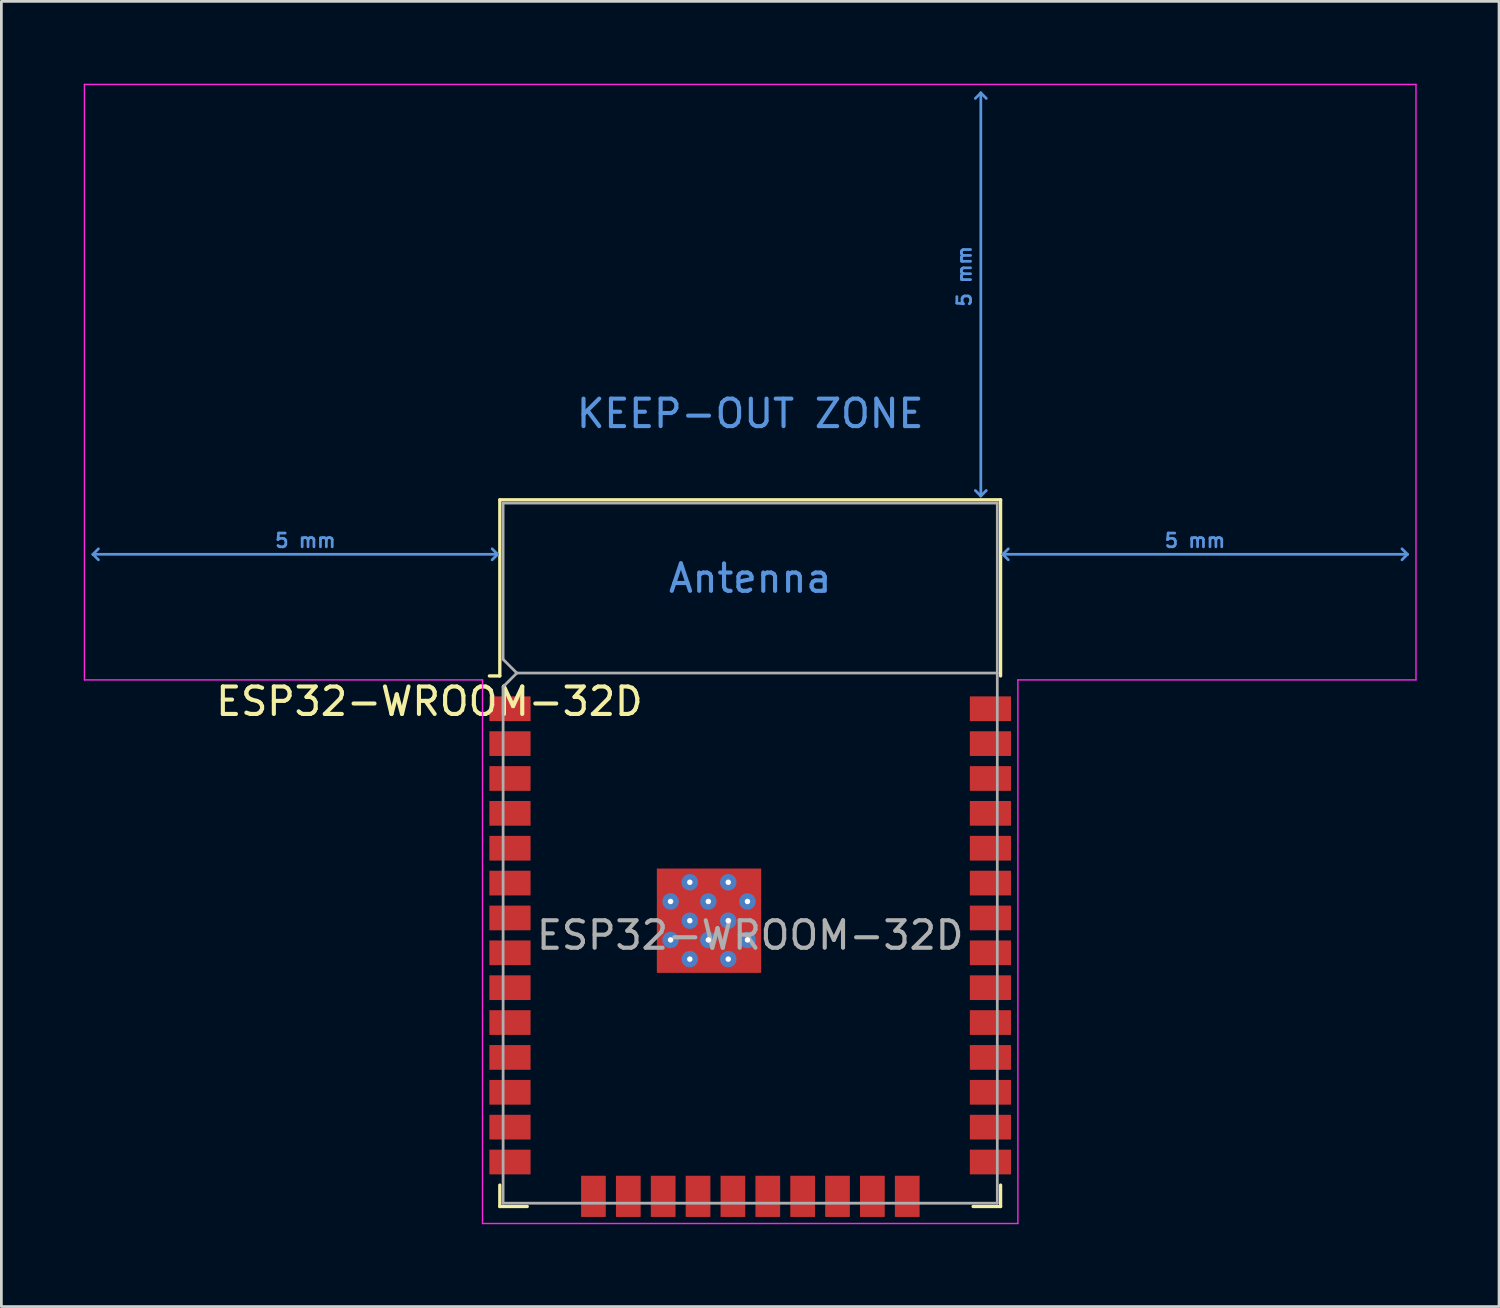
<source format=kicad_pcb>
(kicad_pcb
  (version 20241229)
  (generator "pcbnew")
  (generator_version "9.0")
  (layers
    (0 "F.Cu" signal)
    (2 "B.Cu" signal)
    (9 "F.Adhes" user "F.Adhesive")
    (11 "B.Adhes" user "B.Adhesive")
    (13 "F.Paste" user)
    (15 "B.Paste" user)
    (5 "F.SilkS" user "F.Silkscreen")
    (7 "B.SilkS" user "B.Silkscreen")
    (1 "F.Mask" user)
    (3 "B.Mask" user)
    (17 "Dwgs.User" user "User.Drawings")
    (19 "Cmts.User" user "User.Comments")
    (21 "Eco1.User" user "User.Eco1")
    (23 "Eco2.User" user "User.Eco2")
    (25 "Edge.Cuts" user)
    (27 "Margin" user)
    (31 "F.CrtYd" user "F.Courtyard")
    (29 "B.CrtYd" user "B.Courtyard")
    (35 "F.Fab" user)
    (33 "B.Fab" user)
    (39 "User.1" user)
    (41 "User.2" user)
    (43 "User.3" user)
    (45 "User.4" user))
  (footprint "ESP32-WROOM-32D"
    (layer "F.Cu")
    (at 24.275 31.015)
    (property "Reference" "ESP32-WROOM-32D" (at -11.684 -8.515 0) (layer "F.SilkS") (effects (font (size 1 1) (thickness 0.15))))
    (attr smd)
    (fp_line (start -9.12 -15.86) (end -9.12 -9.445) (stroke (width 0.12) (type solid)) (layer "F.SilkS"))
    (fp_line (start -9.12 -15.86) (end 9.12 -15.86) (stroke (width 0.12) (type solid)) (layer "F.SilkS"))
    (fp_line (start -9.12 -9.445) (end -9.5 -9.445) (stroke (width 0.12) (type solid)) (layer "F.SilkS"))
    (fp_line (start -9.12 9.1) (end -9.12 9.88) (stroke (width 0.12) (type solid)) (layer "F.SilkS"))
    (fp_line (start -9.12 9.88) (end -8.12 9.88) (stroke (width 0.12) (type solid)) (layer "F.SilkS"))
    (fp_line (start 9.12 -15.86) (end 9.12 -9.445) (stroke (width 0.12) (type solid)) (layer "F.SilkS"))
    (fp_line (start 9.12 9.1) (end 9.12 9.88) (stroke (width 0.12) (type solid)) (layer "F.SilkS"))
    (fp_line (start 9.12 9.88) (end 8.12 9.88) (stroke (width 0.12) (type solid)) (layer "F.SilkS"))
    (fp_line (start -23.94 -13.875) (end -23.74 -14.075) (stroke (width 0.1) (type solid)) (layer "Cmts.User"))
    (fp_line (start -23.94 -13.875) (end -23.74 -13.675) (stroke (width 0.1) (type solid)) (layer "Cmts.User"))
    (fp_line (start -23.94 -13.875) (end -9.2 -13.875) (stroke (width 0.1) (type solid)) (layer "Cmts.User"))
    (fp_line (start -9.2 -13.875) (end -9.4 -14.075) (stroke (width 0.1) (type solid)) (layer "Cmts.User"))
    (fp_line (start -9.2 -13.875) (end -9.4 -13.675) (stroke (width 0.1) (type solid)) (layer "Cmts.User"))
    (fp_line (start 8.4 -30.68) (end 8.2 -30.48) (stroke (width 0.1) (type solid)) (layer "Cmts.User"))
    (fp_line (start 8.4 -30.68) (end 8.6 -30.48) (stroke (width 0.1) (type solid)) (layer "Cmts.User"))
    (fp_line (start 8.4 -16) (end 8.2 -16.2) (stroke (width 0.1) (type solid)) (layer "Cmts.User"))
    (fp_line (start 8.4 -16) (end 8.4 -30.68) (stroke (width 0.1) (type solid)) (layer "Cmts.User"))
    (fp_line (start 8.4 -16) (end 8.6 -16.2) (stroke (width 0.1) (type solid)) (layer "Cmts.User"))
    (fp_line (start 9.2 -13.875) (end 9.4 -14.075) (stroke (width 0.1) (type solid)) (layer "Cmts.User"))
    (fp_line (start 9.2 -13.875) (end 9.4 -13.675) (stroke (width 0.1) (type solid)) (layer "Cmts.User"))
    (fp_line (start 9.2 -13.875) (end 23.94 -13.875) (stroke (width 0.1) (type solid)) (layer "Cmts.User"))
    (fp_line (start 23.94 -13.875) (end 23.74 -14.075) (stroke (width 0.1) (type solid)) (layer "Cmts.User"))
    (fp_line (start 23.94 -13.875) (end 23.74 -13.675) (stroke (width 0.1) (type solid)) (layer "Cmts.User"))
    (fp_line (start -24.25 -30.99) (end -24.25 -9.3) (stroke (width 0.05) (type solid)) (layer "F.CrtYd"))
    (fp_line (start -24.25 -30.99) (end 24.25 -30.99) (stroke (width 0.05) (type solid)) (layer "F.CrtYd"))
    (fp_line (start -24.25 -9.3) (end -9.75 -9.3) (stroke (width 0.05) (type solid)) (layer "F.CrtYd"))
    (fp_line (start -9.75 10.5) (end -9.75 -9.3) (stroke (width 0.05) (type solid)) (layer "F.CrtYd"))
    (fp_line (start -9.75 10.5) (end 9.75 10.5) (stroke (width 0.05) (type solid)) (layer "F.CrtYd"))
    (fp_line (start 9.75 -9.3) (end 9.75 10.5) (stroke (width 0.05) (type solid)) (layer "F.CrtYd"))
    (fp_line (start 9.75 -9.3) (end 24.25 -9.3) (stroke (width 0.05) (type solid)) (layer "F.CrtYd"))
    (fp_line (start 24.25 -30.99) (end 24.25 -9.3) (stroke (width 0.05) (type solid)) (layer "F.CrtYd"))
    (fp_line (start -9 -15.74) (end -9 -10.05) (stroke (width 0.1) (type solid)) (layer "F.Fab"))
    (fp_line (start -9 -15.74) (end 9 -15.74) (stroke (width 0.1) (type solid)) (layer "F.Fab"))
    (fp_line (start -9 -9.05) (end -9 9.76) (stroke (width 0.1) (type solid)) (layer "F.Fab"))
    (fp_line (start -9 -9.05) (end -8.5 -9.55) (stroke (width 0.1) (type solid)) (layer "F.Fab"))
    (fp_line (start -9 9.76) (end 9 9.76) (stroke (width 0.1) (type solid)) (layer "F.Fab"))
    (fp_line (start -8.5 -9.55) (end -9 -10.05) (stroke (width 0.1) (type solid)) (layer "F.Fab"))
    (fp_line (start -8.5 -9.55) (end 9 -9.55) (stroke (width 0.1) (type solid)) (layer "F.Fab"))
    (fp_line (start 9 9.76) (end 9 -15.74) (stroke (width 0.1) (type solid)) (layer "F.Fab"))
    (fp_text user "Antenna" (at 0 -13 0) (layer "Cmts.User") (effects (font (size 1 1) (thickness 0.15))))
    (fp_text user "5 mm" (at -16.2 -14.375 0) (layer "Cmts.User") (effects (font (size 0.5 0.5) (thickness 0.1))))
    (fp_text user "KEEP-OUT ZONE" (at 0 -19 0) (layer "Cmts.User") (effects (font (size 1 1) (thickness 0.15))))
    (fp_text user "5 mm" (at 7.8 -24 90) (layer "Cmts.User") (effects (font (size 0.5 0.5) (thickness 0.1))))
    (fp_text user "5 mm" (at 16.2 -14.375 0) (layer "Cmts.User") (effects (font (size 0.5 0.5) (thickness 0.1))))
    (fp_text user "${REFERENCE}" (at 0 0 0) (layer "F.Fab") (effects (font (size 1 1) (thickness 0.15))))
    (pad "1" smd rect (at -8.75 -8.25) (size 1.5 0.9) (layers "F.Cu" "F.Mask" "F.Paste"))
    (pad "2" smd rect (at -8.75 -6.98) (size 1.5 0.9) (layers "F.Cu" "F.Mask" "F.Paste"))
    (pad "3" smd rect (at -8.75 -5.71) (size 1.5 0.9) (layers "F.Cu" "F.Mask" "F.Paste"))
    (pad "4" smd rect (at -8.75 -4.44) (size 1.5 0.9) (layers "F.Cu" "F.Mask" "F.Paste"))
    (pad "5" smd rect (at -8.75 -3.17) (size 1.5 0.9) (layers "F.Cu" "F.Mask" "F.Paste"))
    (pad "6" smd rect (at -8.75 -1.9) (size 1.5 0.9) (layers "F.Cu" "F.Mask" "F.Paste"))
    (pad "7" smd rect (at -8.75 -0.63) (size 1.5 0.9) (layers "F.Cu" "F.Mask" "F.Paste"))
    (pad "8" smd rect (at -8.75 0.64) (size 1.5 0.9) (layers "F.Cu" "F.Mask" "F.Paste"))
    (pad "9" smd rect (at -8.75 1.91) (size 1.5 0.9) (layers "F.Cu" "F.Mask" "F.Paste"))
    (pad "10" smd rect (at -8.75 3.18) (size 1.5 0.9) (layers "F.Cu" "F.Mask" "F.Paste"))
    (pad "11" smd rect (at -8.75 4.45) (size 1.5 0.9) (layers "F.Cu" "F.Mask" "F.Paste"))
    (pad "12" smd rect (at -8.75 5.72) (size 1.5 0.9) (layers "F.Cu" "F.Mask" "F.Paste"))
    (pad "13" smd rect (at -8.75 6.99) (size 1.5 0.9) (layers "F.Cu" "F.Mask" "F.Paste"))
    (pad "14" smd rect (at -8.75 8.26) (size 1.5 0.9) (layers "F.Cu" "F.Mask" "F.Paste"))
    (pad "15" smd rect (at -5.71 9.51 90) (size 1.5 0.9) (layers "F.Cu" "F.Mask" "F.Paste"))
    (pad "16" smd rect (at -4.44 9.51 90) (size 1.5 0.9) (layers "F.Cu" "F.Mask" "F.Paste"))
    (pad "17" smd rect (at -3.17 9.51 90) (size 1.5 0.9) (layers "F.Cu" "F.Mask" "F.Paste"))
    (pad "18" smd rect (at -1.9 9.51 90) (size 1.5 0.9) (layers "F.Cu" "F.Mask" "F.Paste"))
    (pad "19" smd rect (at -0.63 9.51 90) (size 1.5 0.9) (layers "F.Cu" "F.Mask" "F.Paste"))
    (pad "20" smd rect (at 0.64 9.51 90) (size 1.5 0.9) (layers "F.Cu" "F.Mask" "F.Paste"))
    (pad "21" smd rect (at 1.91 9.51 90) (size 1.5 0.9) (layers "F.Cu" "F.Mask" "F.Paste"))
    (pad "22" smd rect (at 3.18 9.51 90) (size 1.5 0.9) (layers "F.Cu" "F.Mask" "F.Paste"))
    (pad "23" smd rect (at 4.45 9.51 90) (size 1.5 0.9) (layers "F.Cu" "F.Mask" "F.Paste"))
    (pad "24" smd rect (at 5.72 9.51 90) (size 1.5 0.9) (layers "F.Cu" "F.Mask" "F.Paste"))
    (pad "25" smd rect (at 8.75 8.26) (size 1.5 0.9) (layers "F.Cu" "F.Mask" "F.Paste"))
    (pad "26" smd rect (at 8.75 6.99) (size 1.5 0.9) (layers "F.Cu" "F.Mask" "F.Paste"))
    (pad "27" smd rect (at 8.75 5.72) (size 1.5 0.9) (layers "F.Cu" "F.Mask" "F.Paste"))
    (pad "28" smd rect (at 8.75 4.45) (size 1.5 0.9) (layers "F.Cu" "F.Mask" "F.Paste"))
    (pad "29" smd rect (at 8.75 3.18) (size 1.5 0.9) (layers "F.Cu" "F.Mask" "F.Paste"))
    (pad "30" smd rect (at 8.75 1.91) (size 1.5 0.9) (layers "F.Cu" "F.Mask" "F.Paste"))
    (pad "31" smd rect (at 8.75 0.64) (size 1.5 0.9) (layers "F.Cu" "F.Mask" "F.Paste"))
    (pad "32" smd rect (at 8.75 -0.63) (size 1.5 0.9) (layers "F.Cu" "F.Mask" "F.Paste"))
    (pad "33" smd rect (at 8.75 -1.9) (size 1.5 0.9) (layers "F.Cu" "F.Mask" "F.Paste"))
    (pad "34" smd rect (at 8.75 -3.17) (size 1.5 0.9) (layers "F.Cu" "F.Mask" "F.Paste"))
    (pad "35" smd rect (at 8.75 -4.44) (size 1.5 0.9) (layers "F.Cu" "F.Mask" "F.Paste"))
    (pad "36" smd rect (at 8.75 -5.71) (size 1.5 0.9) (layers "F.Cu" "F.Mask" "F.Paste"))
    (pad "37" smd rect (at 8.75 -6.98) (size 1.5 0.9) (layers "F.Cu" "F.Mask" "F.Paste"))
    (pad "38" smd rect (at 8.75 -8.25) (size 1.5 0.9) (layers "F.Cu" "F.Mask" "F.Paste"))
    (pad "39" smd rect (at -2.9 -1.93) (size 0.9 0.9) (layers "F.Cu" "F.Paste"))
    (pad "39" thru_hole circle (at -2.9 -1.23) (size 0.6 0.6) (drill 0.2) (property pad_prop_heatsink) (layers "*.Cu" "F.Mask"))
    (pad "39" smd rect (at -2.9 -0.53) (size 0.9 0.9) (layers "F.Cu" "F.Paste"))
    (pad "39" thru_hole circle (at -2.9 0.17) (size 0.6 0.6) (drill 0.2) (property pad_prop_heatsink) (layers "*.Cu" "F.Mask"))
    (pad "39" smd rect (at -2.9 0.87) (size 0.9 0.9) (layers "F.Cu" "F.Paste"))
    (pad "39" thru_hole circle (at -2.2 -1.93) (size 0.6 0.6) (drill 0.2) (property pad_prop_heatsink) (layers "*.Cu" "F.Mask"))
    (pad "39" thru_hole circle (at -2.2 -0.53) (size 0.6 0.6) (drill 0.2) (property pad_prop_heatsink) (layers "*.Cu" "F.Mask"))
    (pad "39" thru_hole circle (at -2.2 0.87) (size 0.6 0.6) (drill 0.2) (property pad_prop_heatsink) (layers "*.Cu" "F.Mask"))
    (pad "39" thru_hole circle (at -1.525 -1.23) (size 0.6 0.6) (drill 0.2) (property pad_prop_heatsink) (layers "*.Cu" "F.Mask"))
    (pad "39" thru_hole circle (at -1.525 0.17) (size 0.6 0.6) (drill 0.2) (property pad_prop_heatsink) (layers "*.Cu" "F.Mask"))
    (pad "39" smd rect (at -1.5 -1.93) (size 0.9 0.9) (layers "F.Cu" "F.Paste"))
    (pad "39" smd rect (at -1.5 -0.53) (size 0.9 0.9) (layers "F.Cu" "F.Paste"))
    (pad "39" smd rect (at -1.5 -0.53) (size 3.8 3.8) (layers "F.Cu" "F.Mask"))
    (pad "39" smd rect (at -1.5 0.87) (size 0.9 0.9) (layers "F.Cu" "F.Paste"))
    (pad "39" thru_hole circle (at -0.8 -1.93) (size 0.6 0.6) (drill 0.2) (property pad_prop_heatsink) (layers "*.Cu" "F.Mask"))
    (pad "39" thru_hole circle (at -0.8 -0.53) (size 0.6 0.6) (drill 0.2) (property pad_prop_heatsink) (layers "*.Cu" "F.Mask"))
    (pad "39" thru_hole circle (at -0.8 0.87) (size 0.6 0.6) (drill 0.2) (property pad_prop_heatsink) (layers "*.Cu" "F.Mask"))
    (pad "39" smd rect (at -0.1 -1.93) (size 0.9 0.9) (layers "F.Cu" "F.Paste"))
    (pad "39" thru_hole circle (at -0.1 -1.23) (size 0.6 0.6) (drill 0.2) (property pad_prop_heatsink) (layers "*.Cu" "F.Mask"))
    (pad "39" smd rect (at -0.1 -0.53) (size 0.9 0.9) (layers "F.Cu" "F.Paste"))
    (pad "39" thru_hole circle (at -0.1 0.17) (size 0.6 0.6) (drill 0.2) (property pad_prop_heatsink) (layers "*.Cu" "F.Mask"))
    (pad "39" smd rect (at -0.1 0.87) (size 0.9 0.9) (layers "F.Cu" "F.Paste"))
    (zone (net_name "") (layers "F.Cu" "B.Cu") (hatch full 0.508) (connect_pads) (min_thickness 0.254) (filled_areas_thickness no) (keepout (tracks not_allowed) (vias not_allowed) (pads not_allowed) (copperpour not_allowed) (footprints not_allowed)) (placement (enabled no)) (fill) (polygon (pts (xy 0.275 21.465) (xy 48.275 21.465) (xy 48.275 0.275) (xy 0.275 0.275)))))
  (gr_rect
    (start -3 -3)
    (end 51.55 44.54)
    (stroke (width 0.1) (type default))
    (fill no)
    (layer "Edge.Cuts")))
</source>
